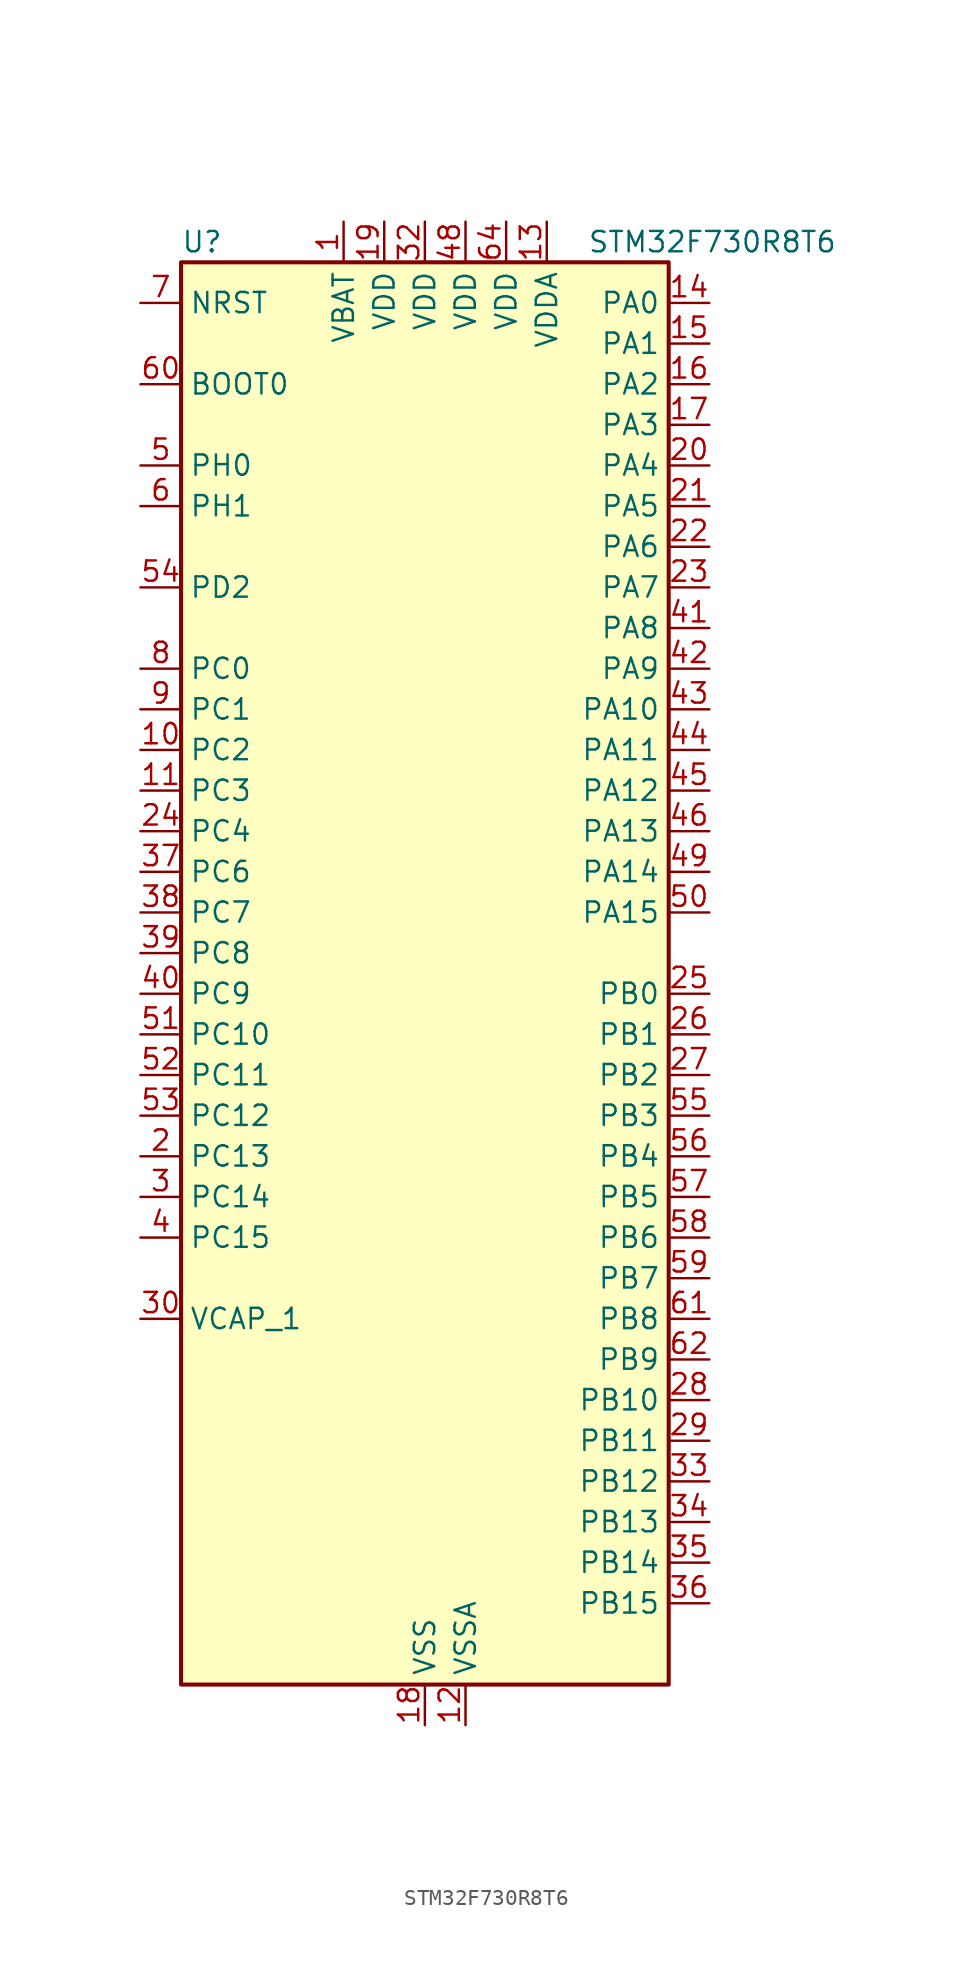
<source format=kicad_sym>
(kicad_symbol_lib
  (version 20220914)
  (generator kicad_symbol_editor)
  (symbol "STM32F730R8T6"
    (property "Reference" "U"
      (at -15.24 46.99 0)
      (effects (font (size 1.27 1.27)) (justify left)))
    (property "Value" "STM32F730R8T6"
      (at 10.16 46.99 0)
      (effects (font (size 1.27 1.27)) (justify left)))
    (symbol "STM32F730R8T6_0_1"
      (rectangle (start -15.24 -43.18) (end 15.24 45.72) (stroke (width 0.254) (type default)) (fill (type background))))
    (symbol "STM32F730R8T6_1_1"
      (pin power_in line (at -5.08 48.26 270) (length 2.54) (name "VBAT" (effects (font (size 1.27 1.27)))) (number "1" (effects (font (size 1.27 1.27)))))
      (pin bidirectional line (at -17.78 15.24 0) (length 2.54) (name "PC2" (effects (font (size 1.27 1.27)))) (number "10" (effects (font (size 1.27 1.27)))) (alternate "ADC1_IN12" bidirectional line) (alternate "ADC2_IN12" bidirectional line) (alternate "ADC3_IN12" bidirectional line) (alternate "SPI2_MISO" bidirectional line) (alternate "USB_OTG_HS_ULPI_DIR" bidirectional line))
      (pin bidirectional line (at -17.78 12.7 0) (length 2.54) (name "PC3" (effects (font (size 1.27 1.27)))) (number "11" (effects (font (size 1.27 1.27)))) (alternate "ADC1_IN13" bidirectional line) (alternate "ADC2_IN13" bidirectional line) (alternate "ADC3_IN13" bidirectional line) (alternate "I2S2_SD" bidirectional line) (alternate "SPI2_MOSI" bidirectional line) (alternate "USB_OTG_HS_ULPI_NXT" bidirectional line))
      (pin power_in line (at 2.54 -45.72 90) (length 2.54) (name "VSSA" (effects (font (size 1.27 1.27)))) (number "12" (effects (font (size 1.27 1.27)))))
      (pin power_in line (at 7.62 48.26 270) (length 2.54) (name "VDDA" (effects (font (size 1.27 1.27)))) (number "13" (effects (font (size 1.27 1.27)))))
      (pin bidirectional line (at 17.78 43.18 180) (length 2.54) (name "PA0" (effects (font (size 1.27 1.27)))) (number "14" (effects (font (size 1.27 1.27)))) (alternate "ADC1_IN0" bidirectional line) (alternate "ADC2_IN0" bidirectional line) (alternate "ADC3_IN0" bidirectional line) (alternate "SAI2_SD_B" bidirectional line) (alternate "SYS_WKUP1" bidirectional line) (alternate "TIM2_CH1" bidirectional line) (alternate "TIM2_ETR" bidirectional line) (alternate "TIM5_CH1" bidirectional line) (alternate "TIM8_ETR" bidirectional line) (alternate "UART4_TX" bidirectional line) (alternate "USART2_CTS" bidirectional line))
      (pin bidirectional line (at 17.78 40.64 180) (length 2.54) (name "PA1" (effects (font (size 1.27 1.27)))) (number "15" (effects (font (size 1.27 1.27)))) (alternate "ADC1_IN1" bidirectional line) (alternate "ADC2_IN1" bidirectional line) (alternate "ADC3_IN1" bidirectional line) (alternate "QUADSPI_BK1_IO3" bidirectional line) (alternate "SAI2_MCLK_B" bidirectional line) (alternate "TIM2_CH2" bidirectional line) (alternate "TIM5_CH2" bidirectional line) (alternate "UART4_RX" bidirectional line) (alternate "USART2_DE" bidirectional line) (alternate "USART2_RTS" bidirectional line))
      (pin bidirectional line (at 17.78 38.1 180) (length 2.54) (name "PA2" (effects (font (size 1.27 1.27)))) (number "16" (effects (font (size 1.27 1.27)))) (alternate "ADC1_IN2" bidirectional line) (alternate "ADC2_IN2" bidirectional line) (alternate "ADC3_IN2" bidirectional line) (alternate "SAI2_SCK_B" bidirectional line) (alternate "SYS_WKUP2" bidirectional line) (alternate "TIM2_CH3" bidirectional line) (alternate "TIM5_CH3" bidirectional line) (alternate "TIM9_CH1" bidirectional line) (alternate "USART2_TX" bidirectional line))
      (pin bidirectional line (at 17.78 35.56 180) (length 2.54) (name "PA3" (effects (font (size 1.27 1.27)))) (number "17" (effects (font (size 1.27 1.27)))) (alternate "ADC1_IN3" bidirectional line) (alternate "ADC2_IN3" bidirectional line) (alternate "ADC3_IN3" bidirectional line) (alternate "TIM2_CH4" bidirectional line) (alternate "TIM5_CH4" bidirectional line) (alternate "TIM9_CH2" bidirectional line) (alternate "USART2_RX" bidirectional line) (alternate "USB_OTG_HS_ULPI_D0" bidirectional line))
      (pin power_in line (at 0 -45.72 90) (length 2.54) (name "VSS" (effects (font (size 1.27 1.27)))) (number "18" (effects (font (size 1.27 1.27)))))
      (pin power_in line (at -2.54 48.26 270) (length 2.54) (name "VDD" (effects (font (size 1.27 1.27)))) (number "19" (effects (font (size 1.27 1.27)))))
      (pin bidirectional line (at -17.78 -10.16 0) (length 2.54) (name "PC13" (effects (font (size 1.27 1.27)))) (number "2" (effects (font (size 1.27 1.27)))) (alternate "RTC_OUT" bidirectional line) (alternate "RTC_TAMP1" bidirectional line) (alternate "RTC_TS" bidirectional line) (alternate "SYS_WKUP4" bidirectional line))
      (pin bidirectional line (at 17.78 33.02 180) (length 2.54) (name "PA4" (effects (font (size 1.27 1.27)))) (number "20" (effects (font (size 1.27 1.27)))) (alternate "ADC1_IN4" bidirectional line) (alternate "ADC2_IN4" bidirectional line) (alternate "DAC_OUT1" bidirectional line) (alternate "I2S1_WS" bidirectional line) (alternate "I2S3_WS" bidirectional line) (alternate "SPI1_NSS" bidirectional line) (alternate "SPI3_NSS" bidirectional line) (alternate "USART2_CK" bidirectional line) (alternate "USB_OTG_HS_SOF" bidirectional line))
      (pin bidirectional line (at 17.78 30.48 180) (length 2.54) (name "PA5" (effects (font (size 1.27 1.27)))) (number "21" (effects (font (size 1.27 1.27)))) (alternate "ADC1_IN5" bidirectional line) (alternate "ADC2_IN5" bidirectional line) (alternate "DAC_OUT2" bidirectional line) (alternate "I2S1_CK" bidirectional line) (alternate "SPI1_SCK" bidirectional line) (alternate "TIM2_CH1" bidirectional line) (alternate "TIM2_ETR" bidirectional line) (alternate "TIM8_CH1N" bidirectional line) (alternate "USB_OTG_HS_ULPI_CK" bidirectional line))
      (pin bidirectional line (at 17.78 27.94 180) (length 2.54) (name "PA6" (effects (font (size 1.27 1.27)))) (number "22" (effects (font (size 1.27 1.27)))) (alternate "ADC1_IN6" bidirectional line) (alternate "ADC2_IN6" bidirectional line) (alternate "SPI1_MISO" bidirectional line) (alternate "TIM13_CH1" bidirectional line) (alternate "TIM1_BKIN" bidirectional line) (alternate "TIM3_CH1" bidirectional line) (alternate "TIM8_BKIN" bidirectional line))
      (pin bidirectional line (at 17.78 25.4 180) (length 2.54) (name "PA7" (effects (font (size 1.27 1.27)))) (number "23" (effects (font (size 1.27 1.27)))) (alternate "ADC1_IN7" bidirectional line) (alternate "ADC2_IN7" bidirectional line) (alternate "I2S1_SD" bidirectional line) (alternate "SPI1_MOSI" bidirectional line) (alternate "TIM14_CH1" bidirectional line) (alternate "TIM1_CH1N" bidirectional line) (alternate "TIM3_CH2" bidirectional line) (alternate "TIM8_CH1N" bidirectional line))
      (pin bidirectional line (at -17.78 10.16 0) (length 2.54) (name "PC4" (effects (font (size 1.27 1.27)))) (number "24" (effects (font (size 1.27 1.27)))) (alternate "ADC1_IN14" bidirectional line) (alternate "ADC2_IN14" bidirectional line) (alternate "I2S1_MCK" bidirectional line))
      (pin bidirectional line (at 17.78 0 180) (length 2.54) (name "PB0" (effects (font (size 1.27 1.27)))) (number "25" (effects (font (size 1.27 1.27)))) (alternate "ADC1_IN8" bidirectional line) (alternate "ADC2_IN8" bidirectional line) (alternate "TIM1_CH2N" bidirectional line) (alternate "TIM3_CH3" bidirectional line) (alternate "TIM8_CH2N" bidirectional line) (alternate "UART4_CTS" bidirectional line) (alternate "USB_OTG_HS_ULPI_D1" bidirectional line))
      (pin bidirectional line (at 17.78 -2.54 180) (length 2.54) (name "PB1" (effects (font (size 1.27 1.27)))) (number "26" (effects (font (size 1.27 1.27)))) (alternate "ADC1_IN9" bidirectional line) (alternate "ADC2_IN9" bidirectional line) (alternate "TIM1_CH3N" bidirectional line) (alternate "TIM3_CH4" bidirectional line) (alternate "TIM8_CH3N" bidirectional line) (alternate "USB_OTG_HS_ULPI_D2" bidirectional line))
      (pin bidirectional line (at 17.78 -5.08 180) (length 2.54) (name "PB2" (effects (font (size 1.27 1.27)))) (number "27" (effects (font (size 1.27 1.27)))) (alternate "I2S3_SD" bidirectional line) (alternate "QUADSPI_CLK" bidirectional line) (alternate "SAI1_SD_A" bidirectional line) (alternate "SPI3_MOSI" bidirectional line))
      (pin bidirectional line (at 17.78 -25.4 180) (length 2.54) (name "PB10" (effects (font (size 1.27 1.27)))) (number "28" (effects (font (size 1.27 1.27)))) (alternate "I2C2_SCL" bidirectional line) (alternate "I2S2_CK" bidirectional line) (alternate "SPI2_SCK" bidirectional line) (alternate "TIM2_CH3" bidirectional line) (alternate "USART3_TX" bidirectional line) (alternate "USB_OTG_HS_ULPI_D3" bidirectional line))
      (pin bidirectional line (at 17.78 -27.94 180) (length 2.54) (name "PB11" (effects (font (size 1.27 1.27)))) (number "29" (effects (font (size 1.27 1.27)))) (alternate "ADC1_EXTI11" bidirectional line) (alternate "ADC2_EXTI11" bidirectional line) (alternate "ADC3_EXTI11" bidirectional line) (alternate "I2C2_SDA" bidirectional line) (alternate "TIM2_CH4" bidirectional line) (alternate "USART3_RX" bidirectional line) (alternate "USB_OTG_HS_ULPI_D4" bidirectional line))
      (pin bidirectional line (at -17.78 -12.7 0) (length 2.54) (name "PC14" (effects (font (size 1.27 1.27)))) (number "3" (effects (font (size 1.27 1.27)))) (alternate "RCC_OSC32_IN" bidirectional line))
      (pin power_out line (at -17.78 -20.32 0) (length 2.54) (name "VCAP_1" (effects (font (size 1.27 1.27)))) (number "30" (effects (font (size 1.27 1.27)))))
      (pin passive line (at 0 -45.72 90) (length 2.54) hide (name "VSS" (effects (font (size 1.27 1.27)))) (number "31" (effects (font (size 1.27 1.27)))))
      (pin power_in line (at 0 48.26 270) (length 2.54) (name "VDD" (effects (font (size 1.27 1.27)))) (number "32" (effects (font (size 1.27 1.27)))))
      (pin bidirectional line (at 17.78 -30.48 180) (length 2.54) (name "PB12" (effects (font (size 1.27 1.27)))) (number "33" (effects (font (size 1.27 1.27)))) (alternate "I2C2_SMBA" bidirectional line) (alternate "I2S2_WS" bidirectional line) (alternate "SPI2_NSS" bidirectional line) (alternate "TIM1_BKIN" bidirectional line) (alternate "USART3_CK" bidirectional line) (alternate "USB_OTG_HS_ID" bidirectional line) (alternate "USB_OTG_HS_ULPI_D5" bidirectional line))
      (pin bidirectional line (at 17.78 -33.02 180) (length 2.54) (name "PB13" (effects (font (size 1.27 1.27)))) (number "34" (effects (font (size 1.27 1.27)))) (alternate "I2S2_CK" bidirectional line) (alternate "SPI2_SCK" bidirectional line) (alternate "TIM1_CH1N" bidirectional line) (alternate "USART3_CTS" bidirectional line) (alternate "USB_OTG_HS_ULPI_D6" bidirectional line) (alternate "USB_OTG_HS_VBUS" bidirectional line))
      (pin bidirectional line (at 17.78 -35.56 180) (length 2.54) (name "PB14" (effects (font (size 1.27 1.27)))) (number "35" (effects (font (size 1.27 1.27)))) (alternate "SPI2_MISO" bidirectional line) (alternate "TIM12_CH1" bidirectional line) (alternate "TIM1_CH2N" bidirectional line) (alternate "TIM8_CH2N" bidirectional line) (alternate "USART3_DE" bidirectional line) (alternate "USART3_RTS" bidirectional line) (alternate "USB_OTG_HS_DM" bidirectional line))
      (pin bidirectional line (at 17.78 -38.1 180) (length 2.54) (name "PB15" (effects (font (size 1.27 1.27)))) (number "36" (effects (font (size 1.27 1.27)))) (alternate "I2S2_SD" bidirectional line) (alternate "RTC_REFIN" bidirectional line) (alternate "SPI2_MOSI" bidirectional line) (alternate "TIM12_CH2" bidirectional line) (alternate "TIM1_CH3N" bidirectional line) (alternate "TIM8_CH3N" bidirectional line) (alternate "USB_OTG_HS_DP" bidirectional line))
      (pin bidirectional line (at -17.78 7.62 0) (length 2.54) (name "PC6" (effects (font (size 1.27 1.27)))) (number "37" (effects (font (size 1.27 1.27)))) (alternate "I2S2_MCK" bidirectional line) (alternate "SDMMC1_D6" bidirectional line) (alternate "TIM3_CH1" bidirectional line) (alternate "TIM8_CH1" bidirectional line) (alternate "USART6_TX" bidirectional line))
      (pin bidirectional line (at -17.78 5.08 0) (length 2.54) (name "PC7" (effects (font (size 1.27 1.27)))) (number "38" (effects (font (size 1.27 1.27)))) (alternate "I2S3_MCK" bidirectional line) (alternate "SDMMC1_D7" bidirectional line) (alternate "TIM3_CH2" bidirectional line) (alternate "TIM8_CH2" bidirectional line) (alternate "USART6_RX" bidirectional line))
      (pin bidirectional line (at -17.78 2.54 0) (length 2.54) (name "PC8" (effects (font (size 1.27 1.27)))) (number "39" (effects (font (size 1.27 1.27)))) (alternate "SDMMC1_D0" bidirectional line) (alternate "SYS_TRACED1" bidirectional line) (alternate "TIM3_CH3" bidirectional line) (alternate "TIM8_CH3" bidirectional line) (alternate "UART5_DE" bidirectional line) (alternate "UART5_RTS" bidirectional line) (alternate "USART6_CK" bidirectional line))
      (pin bidirectional line (at -17.78 -15.24 0) (length 2.54) (name "PC15" (effects (font (size 1.27 1.27)))) (number "4" (effects (font (size 1.27 1.27)))) (alternate "RCC_OSC32_OUT" bidirectional line))
      (pin bidirectional line (at -17.78 0 0) (length 2.54) (name "PC9" (effects (font (size 1.27 1.27)))) (number "40" (effects (font (size 1.27 1.27)))) (alternate "DAC_EXTI9" bidirectional line) (alternate "I2C3_SDA" bidirectional line) (alternate "I2S_CKIN" bidirectional line) (alternate "QUADSPI_BK1_IO0" bidirectional line) (alternate "RCC_MCO_2" bidirectional line) (alternate "SDMMC1_D1" bidirectional line) (alternate "TIM3_CH4" bidirectional line) (alternate "TIM8_CH4" bidirectional line) (alternate "UART5_CTS" bidirectional line))
      (pin bidirectional line (at 17.78 22.86 180) (length 2.54) (name "PA8" (effects (font (size 1.27 1.27)))) (number "41" (effects (font (size 1.27 1.27)))) (alternate "I2C3_SCL" bidirectional line) (alternate "RCC_MCO_1" bidirectional line) (alternate "TIM1_CH1" bidirectional line) (alternate "TIM8_BKIN2" bidirectional line) (alternate "USART1_CK" bidirectional line) (alternate "USB_OTG_FS_SOF" bidirectional line))
      (pin bidirectional line (at 17.78 20.32 180) (length 2.54) (name "PA9" (effects (font (size 1.27 1.27)))) (number "42" (effects (font (size 1.27 1.27)))) (alternate "DAC_EXTI9" bidirectional line) (alternate "I2C3_SMBA" bidirectional line) (alternate "I2S2_CK" bidirectional line) (alternate "SPI2_SCK" bidirectional line) (alternate "TIM1_CH2" bidirectional line) (alternate "USART1_TX" bidirectional line) (alternate "USB_OTG_FS_VBUS" bidirectional line))
      (pin bidirectional line (at 17.78 17.78 180) (length 2.54) (name "PA10" (effects (font (size 1.27 1.27)))) (number "43" (effects (font (size 1.27 1.27)))) (alternate "TIM1_CH3" bidirectional line) (alternate "USART1_RX" bidirectional line) (alternate "USB_OTG_FS_ID" bidirectional line))
      (pin bidirectional line (at 17.78 15.24 180) (length 2.54) (name "PA11" (effects (font (size 1.27 1.27)))) (number "44" (effects (font (size 1.27 1.27)))) (alternate "ADC1_EXTI11" bidirectional line) (alternate "ADC2_EXTI11" bidirectional line) (alternate "ADC3_EXTI11" bidirectional line) (alternate "CAN1_RX" bidirectional line) (alternate "TIM1_CH4" bidirectional line) (alternate "USART1_CTS" bidirectional line) (alternate "USB_OTG_FS_DM" bidirectional line))
      (pin bidirectional line (at 17.78 12.7 180) (length 2.54) (name "PA12" (effects (font (size 1.27 1.27)))) (number "45" (effects (font (size 1.27 1.27)))) (alternate "CAN1_TX" bidirectional line) (alternate "SAI2_FS_B" bidirectional line) (alternate "TIM1_ETR" bidirectional line) (alternate "USART1_DE" bidirectional line) (alternate "USART1_RTS" bidirectional line) (alternate "USB_OTG_FS_DP" bidirectional line))
      (pin bidirectional line (at 17.78 10.16 180) (length 2.54) (name "PA13" (effects (font (size 1.27 1.27)))) (number "46" (effects (font (size 1.27 1.27)))) (alternate "SYS_JTMS-SWDIO" bidirectional line))
      (pin passive line (at 0 -45.72 90) (length 2.54) hide (name "VSS" (effects (font (size 1.27 1.27)))) (number "47" (effects (font (size 1.27 1.27)))))
      (pin power_in line (at 2.54 48.26 270) (length 2.54) (name "VDD" (effects (font (size 1.27 1.27)))) (number "48" (effects (font (size 1.27 1.27)))))
      (pin bidirectional line (at 17.78 7.62 180) (length 2.54) (name "PA14" (effects (font (size 1.27 1.27)))) (number "49" (effects (font (size 1.27 1.27)))) (alternate "SYS_JTCK-SWCLK" bidirectional line))
      (pin bidirectional line (at -17.78 33.02 0) (length 2.54) (name "PH0" (effects (font (size 1.27 1.27)))) (number "5" (effects (font (size 1.27 1.27)))) (alternate "RCC_OSC_IN" bidirectional line))
      (pin bidirectional line (at 17.78 5.08 180) (length 2.54) (name "PA15" (effects (font (size 1.27 1.27)))) (number "50" (effects (font (size 1.27 1.27)))) (alternate "I2S1_WS" bidirectional line) (alternate "I2S3_WS" bidirectional line) (alternate "SPI1_NSS" bidirectional line) (alternate "SPI3_NSS" bidirectional line) (alternate "SYS_JTDI" bidirectional line) (alternate "TIM2_CH1" bidirectional line) (alternate "TIM2_ETR" bidirectional line) (alternate "UART4_DE" bidirectional line) (alternate "UART4_RTS" bidirectional line))
      (pin bidirectional line (at -17.78 -2.54 0) (length 2.54) (name "PC10" (effects (font (size 1.27 1.27)))) (number "51" (effects (font (size 1.27 1.27)))) (alternate "I2S3_CK" bidirectional line) (alternate "QUADSPI_BK1_IO1" bidirectional line) (alternate "SDMMC1_D2" bidirectional line) (alternate "SPI3_SCK" bidirectional line) (alternate "UART4_TX" bidirectional line) (alternate "USART3_TX" bidirectional line))
      (pin bidirectional line (at -17.78 -5.08 0) (length 2.54) (name "PC11" (effects (font (size 1.27 1.27)))) (number "52" (effects (font (size 1.27 1.27)))) (alternate "ADC1_EXTI11" bidirectional line) (alternate "ADC2_EXTI11" bidirectional line) (alternate "ADC3_EXTI11" bidirectional line) (alternate "QUADSPI_BK2_NCS" bidirectional line) (alternate "SDMMC1_D3" bidirectional line) (alternate "SPI3_MISO" bidirectional line) (alternate "UART4_RX" bidirectional line) (alternate "USART3_RX" bidirectional line))
      (pin bidirectional line (at -17.78 -7.62 0) (length 2.54) (name "PC12" (effects (font (size 1.27 1.27)))) (number "53" (effects (font (size 1.27 1.27)))) (alternate "I2S3_SD" bidirectional line) (alternate "SDMMC1_CK" bidirectional line) (alternate "SPI3_MOSI" bidirectional line) (alternate "SYS_TRACED3" bidirectional line) (alternate "UART5_TX" bidirectional line) (alternate "USART3_CK" bidirectional line))
      (pin bidirectional line (at -17.78 25.4 0) (length 2.54) (name "PD2" (effects (font (size 1.27 1.27)))) (number "54" (effects (font (size 1.27 1.27)))) (alternate "SDMMC1_CMD" bidirectional line) (alternate "SYS_TRACED2" bidirectional line) (alternate "TIM3_ETR" bidirectional line) (alternate "UART5_RX" bidirectional line))
      (pin bidirectional line (at 17.78 -7.62 180) (length 2.54) (name "PB3" (effects (font (size 1.27 1.27)))) (number "55" (effects (font (size 1.27 1.27)))) (alternate "I2S1_CK" bidirectional line) (alternate "I2S3_CK" bidirectional line) (alternate "SPI1_SCK" bidirectional line) (alternate "SPI3_SCK" bidirectional line) (alternate "SYS_JTDO-SWO" bidirectional line) (alternate "TIM2_CH2" bidirectional line))
      (pin bidirectional line (at 17.78 -10.16 180) (length 2.54) (name "PB4" (effects (font (size 1.27 1.27)))) (number "56" (effects (font (size 1.27 1.27)))) (alternate "I2S2_WS" bidirectional line) (alternate "SPI1_MISO" bidirectional line) (alternate "SPI2_NSS" bidirectional line) (alternate "SPI3_MISO" bidirectional line) (alternate "SYS_JTRST" bidirectional line) (alternate "TIM3_CH1" bidirectional line))
      (pin bidirectional line (at 17.78 -12.7 180) (length 2.54) (name "PB5" (effects (font (size 1.27 1.27)))) (number "57" (effects (font (size 1.27 1.27)))) (alternate "I2C1_SMBA" bidirectional line) (alternate "I2S1_SD" bidirectional line) (alternate "I2S3_SD" bidirectional line) (alternate "SPI1_MOSI" bidirectional line) (alternate "SPI3_MOSI" bidirectional line) (alternate "TIM3_CH2" bidirectional line) (alternate "USB_OTG_HS_ULPI_D7" bidirectional line))
      (pin bidirectional line (at 17.78 -15.24 180) (length 2.54) (name "PB6" (effects (font (size 1.27 1.27)))) (number "58" (effects (font (size 1.27 1.27)))) (alternate "I2C1_SCL" bidirectional line) (alternate "QUADSPI_BK1_NCS" bidirectional line) (alternate "TIM4_CH1" bidirectional line) (alternate "USART1_TX" bidirectional line))
      (pin bidirectional line (at 17.78 -17.78 180) (length 2.54) (name "PB7" (effects (font (size 1.27 1.27)))) (number "59" (effects (font (size 1.27 1.27)))) (alternate "I2C1_SDA" bidirectional line) (alternate "TIM4_CH2" bidirectional line) (alternate "USART1_RX" bidirectional line))
      (pin bidirectional line (at -17.78 30.48 0) (length 2.54) (name "PH1" (effects (font (size 1.27 1.27)))) (number "6" (effects (font (size 1.27 1.27)))) (alternate "RCC_OSC_OUT" bidirectional line))
      (pin input line (at -17.78 38.1 0) (length 2.54) (name "BOOT0" (effects (font (size 1.27 1.27)))) (number "60" (effects (font (size 1.27 1.27)))))
      (pin bidirectional line (at 17.78 -20.32 180) (length 2.54) (name "PB8" (effects (font (size 1.27 1.27)))) (number "61" (effects (font (size 1.27 1.27)))) (alternate "CAN1_RX" bidirectional line) (alternate "I2C1_SCL" bidirectional line) (alternate "SDMMC1_D4" bidirectional line) (alternate "TIM10_CH1" bidirectional line) (alternate "TIM4_CH3" bidirectional line))
      (pin bidirectional line (at 17.78 -22.86 180) (length 2.54) (name "PB9" (effects (font (size 1.27 1.27)))) (number "62" (effects (font (size 1.27 1.27)))) (alternate "CAN1_TX" bidirectional line) (alternate "DAC_EXTI9" bidirectional line) (alternate "I2C1_SDA" bidirectional line) (alternate "I2S2_WS" bidirectional line) (alternate "SDMMC1_D5" bidirectional line) (alternate "SPI2_NSS" bidirectional line) (alternate "TIM11_CH1" bidirectional line) (alternate "TIM4_CH4" bidirectional line))
      (pin passive line (at 0 -45.72 90) (length 2.54) hide (name "VSS" (effects (font (size 1.27 1.27)))) (number "63" (effects (font (size 1.27 1.27)))))
      (pin power_in line (at 5.08 48.26 270) (length 2.54) (name "VDD" (effects (font (size 1.27 1.27)))) (number "64" (effects (font (size 1.27 1.27)))))
      (pin input line (at -17.78 43.18 0) (length 2.54) (name "NRST" (effects (font (size 1.27 1.27)))) (number "7" (effects (font (size 1.27 1.27)))))
      (pin bidirectional line (at -17.78 20.32 0) (length 2.54) (name "PC0" (effects (font (size 1.27 1.27)))) (number "8" (effects (font (size 1.27 1.27)))) (alternate "ADC1_IN10" bidirectional line) (alternate "ADC2_IN10" bidirectional line) (alternate "ADC3_IN10" bidirectional line) (alternate "SAI2_FS_B" bidirectional line) (alternate "USB_OTG_HS_ULPI_STP" bidirectional line))
      (pin bidirectional line (at -17.78 17.78 0) (length 2.54) (name "PC1" (effects (font (size 1.27 1.27)))) (number "9" (effects (font (size 1.27 1.27)))) (alternate "ADC1_IN11" bidirectional line) (alternate "ADC2_IN11" bidirectional line) (alternate "ADC3_IN11" bidirectional line) (alternate "I2S2_SD" bidirectional line) (alternate "RTC_TAMP3" bidirectional line) (alternate "RTC_TS" bidirectional line) (alternate "SAI1_SD_A" bidirectional line) (alternate "SPI2_MOSI" bidirectional line) (alternate "SYS_TRACED0" bidirectional line) (alternate "SYS_WKUP3" bidirectional line)))))
</source>
